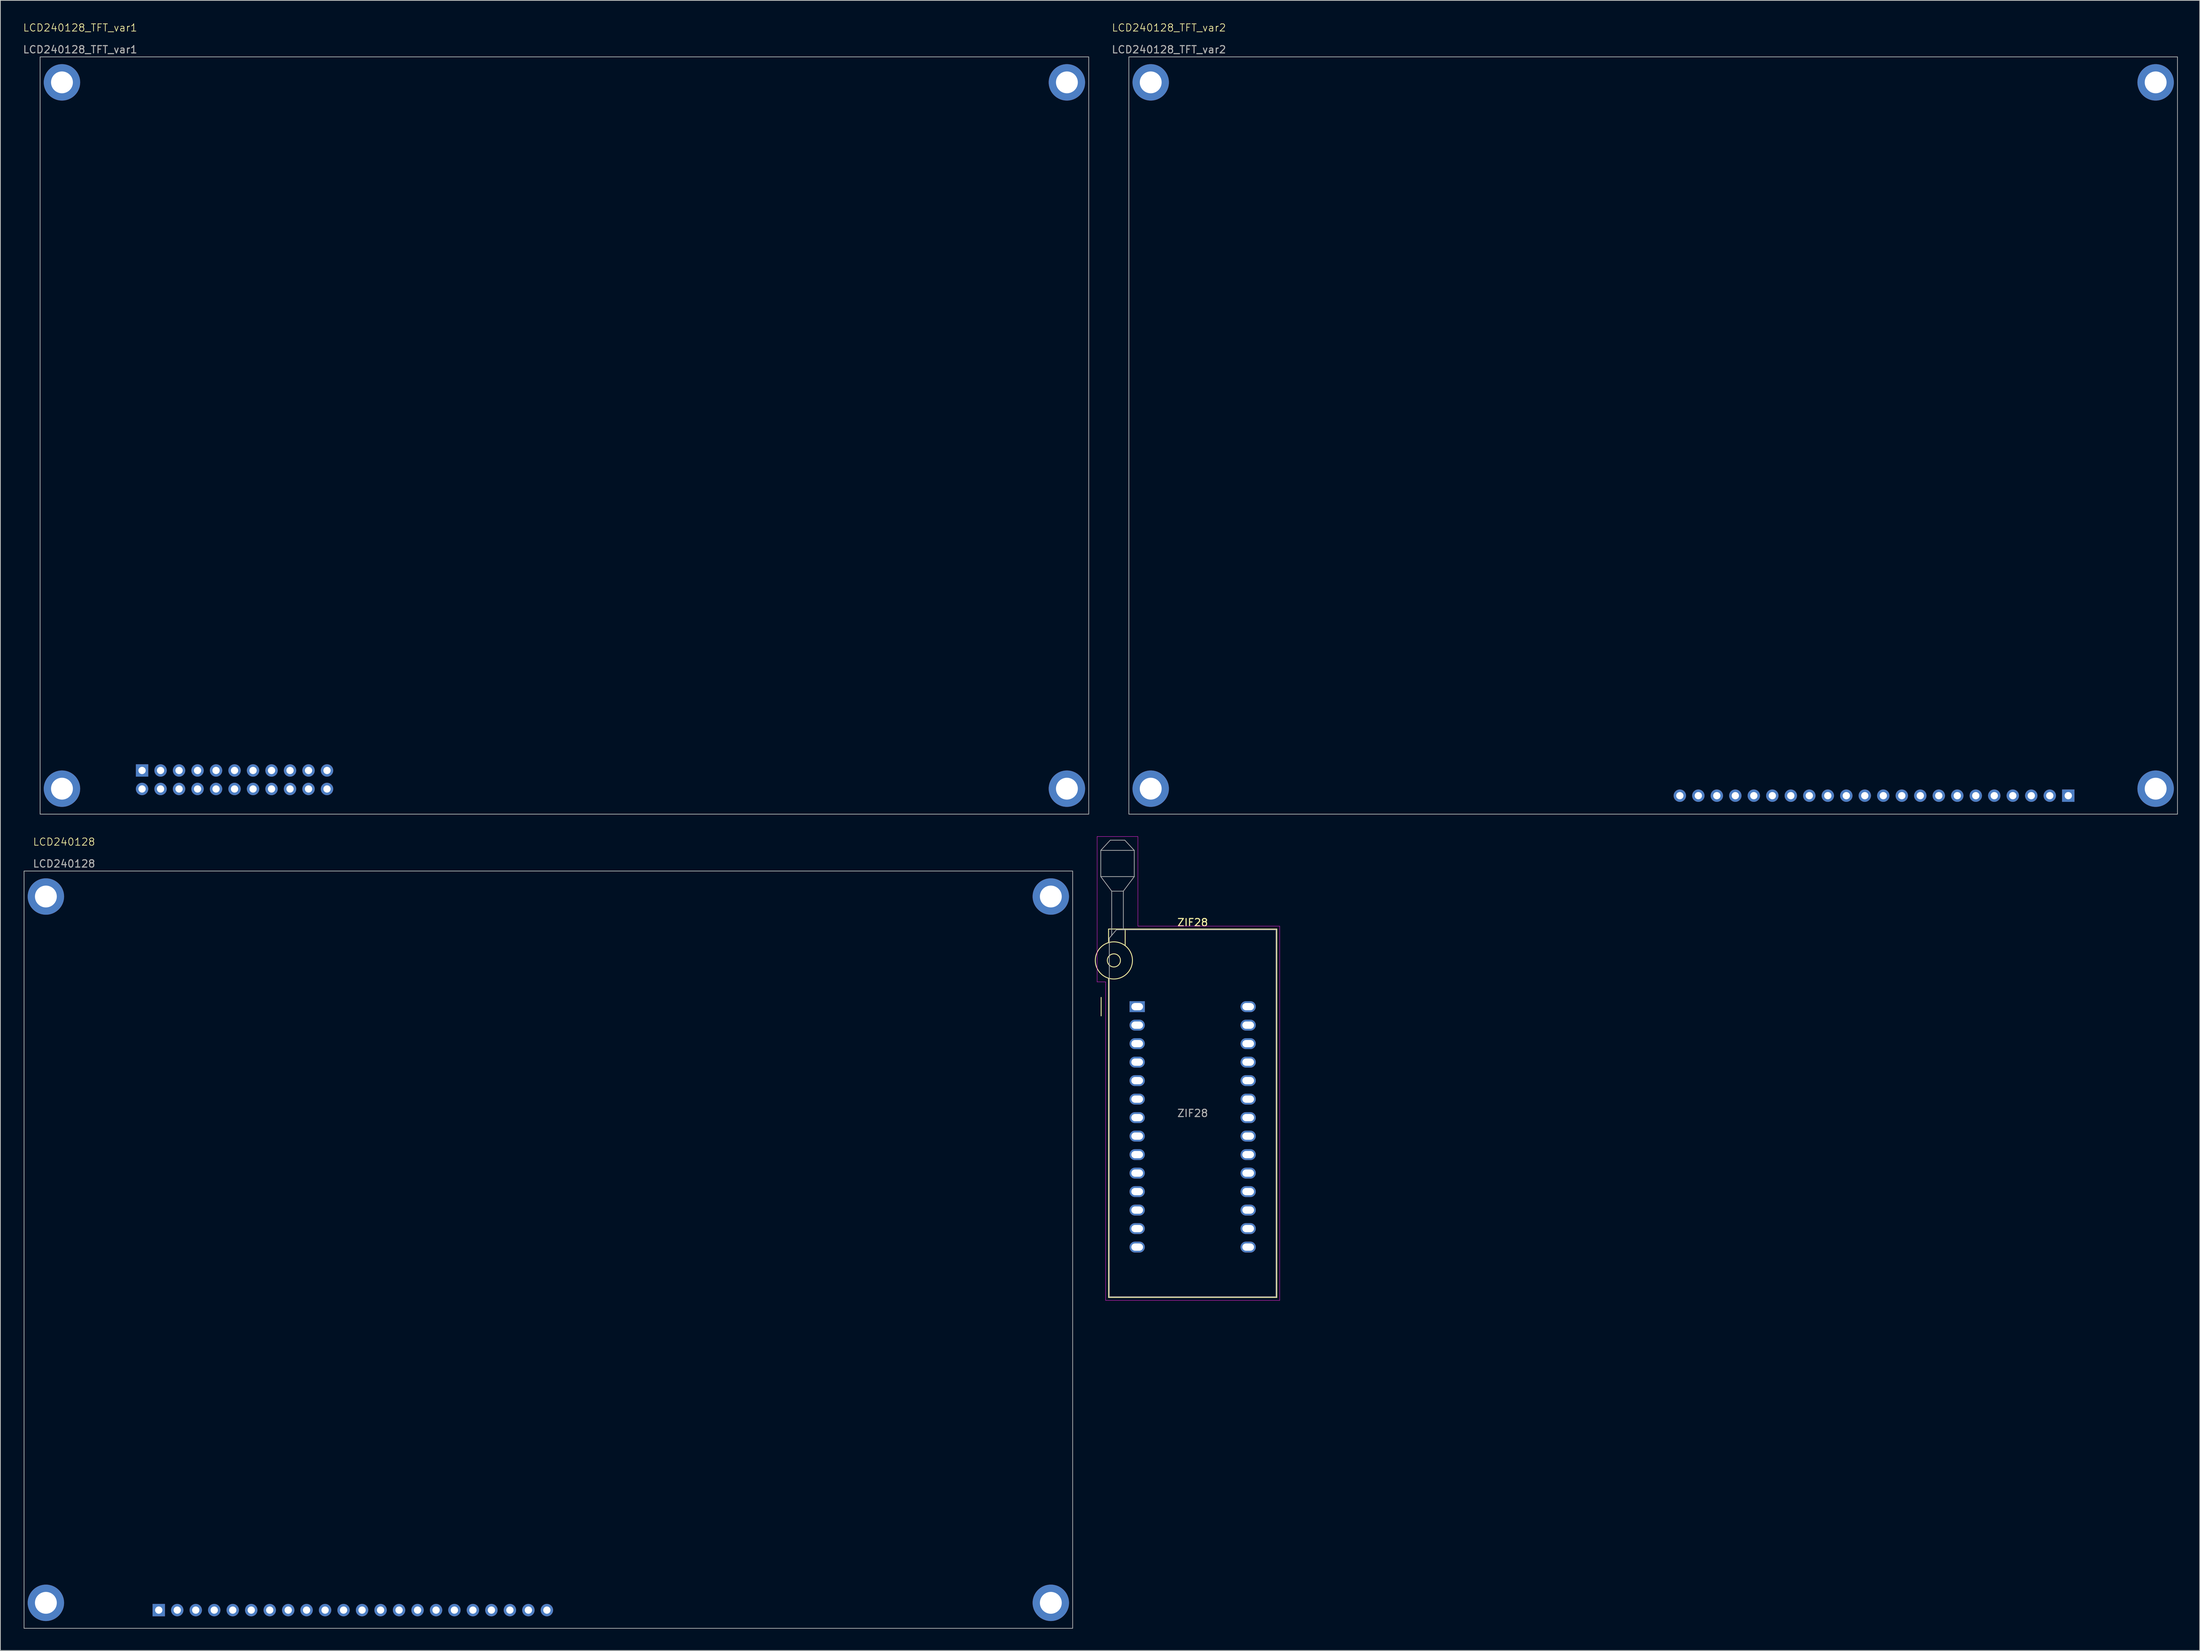
<source format=kicad_pcb>
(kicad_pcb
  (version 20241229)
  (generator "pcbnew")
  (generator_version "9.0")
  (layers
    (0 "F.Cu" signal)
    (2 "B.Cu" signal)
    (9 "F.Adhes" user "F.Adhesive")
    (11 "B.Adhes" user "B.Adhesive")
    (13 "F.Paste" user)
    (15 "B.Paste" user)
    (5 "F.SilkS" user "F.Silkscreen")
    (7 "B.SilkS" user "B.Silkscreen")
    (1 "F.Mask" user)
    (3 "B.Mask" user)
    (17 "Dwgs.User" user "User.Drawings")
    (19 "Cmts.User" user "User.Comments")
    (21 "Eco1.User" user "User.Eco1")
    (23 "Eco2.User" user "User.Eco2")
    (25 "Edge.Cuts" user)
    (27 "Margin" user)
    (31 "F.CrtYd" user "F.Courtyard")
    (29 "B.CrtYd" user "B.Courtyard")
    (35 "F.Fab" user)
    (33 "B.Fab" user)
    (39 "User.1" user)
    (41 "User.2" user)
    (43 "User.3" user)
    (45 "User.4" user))
  (footprint "LCD240128_TFT_var2"
    (layer "F.Cu")
    (at 151.967 4.761)
    (property "Reference" "LCD240128_TFT_var2" (at 5.5 -4 0) (unlocked yes) (layer "F.SilkS") (effects (font (size 1 1) (thickness 0.1))))
    (attr through_hole)
    (fp_rect (start 0 0) (end 144 104) (stroke (width 0.1) (type default)) (fill no) (layer "F.Fab"))
    (fp_text user "${REFERENCE}" (at 5.5 -1 0) (unlocked yes) (layer "F.Fab") (effects (font (size 1 1) (thickness 0.15))))
    (pad "" thru_hole circle (at 3 3.5) (size 5 5) (drill 3) (layers "*.Cu" "*.Mask"))
    (pad "" thru_hole circle (at 3 100.5) (size 5 5) (drill 3) (layers "*.Cu" "*.Mask"))
    (pad "" thru_hole circle (at 141 3.5) (size 5 5) (drill 3) (layers "*.Cu" "*.Mask"))
    (pad "" thru_hole circle (at 141 100.5) (size 5 5) (drill 3) (layers "*.Cu" "*.Mask"))
    (pad "1" thru_hole rect (at 129 101.46) (size 1.7 1.7) (drill 1) (layers "*.Cu" "*.Mask"))
    (pad "2" thru_hole circle (at 126.46 101.46) (size 1.7 1.7) (drill 1) (layers "*.Cu" "*.Mask"))
    (pad "3" thru_hole circle (at 123.92 101.46) (size 1.7 1.7) (drill 1) (layers "*.Cu" "*.Mask"))
    (pad "4" thru_hole circle (at 121.38 101.46) (size 1.7 1.7) (drill 1) (layers "*.Cu" "*.Mask"))
    (pad "5" thru_hole circle (at 118.84 101.46) (size 1.7 1.7) (drill 1) (layers "*.Cu" "*.Mask"))
    (pad "6" thru_hole circle (at 116.3 101.46) (size 1.7 1.7) (drill 1) (layers "*.Cu" "*.Mask"))
    (pad "7" thru_hole circle (at 113.76 101.46) (size 1.7 1.7) (drill 1) (layers "*.Cu" "*.Mask"))
    (pad "8" thru_hole circle (at 111.22 101.46) (size 1.7 1.7) (drill 1) (layers "*.Cu" "*.Mask"))
    (pad "9" thru_hole circle (at 108.68 101.46) (size 1.7 1.7) (drill 1) (layers "*.Cu" "*.Mask"))
    (pad "10" thru_hole circle (at 106.14 101.46) (size 1.7 1.7) (drill 1) (layers "*.Cu" "*.Mask"))
    (pad "11" thru_hole circle (at 103.6 101.46) (size 1.7 1.7) (drill 1) (layers "*.Cu" "*.Mask"))
    (pad "12" thru_hole circle (at 101.06 101.46) (size 1.7 1.7) (drill 1) (layers "*.Cu" "*.Mask"))
    (pad "13" thru_hole circle (at 98.52 101.46) (size 1.7 1.7) (drill 1) (layers "*.Cu" "*.Mask"))
    (pad "14" thru_hole circle (at 95.98 101.46) (size 1.7 1.7) (drill 1) (layers "*.Cu" "*.Mask"))
    (pad "15" thru_hole circle (at 93.44 101.46) (size 1.7 1.7) (drill 1) (layers "*.Cu" "*.Mask"))
    (pad "16" thru_hole circle (at 90.9 101.46) (size 1.7 1.7) (drill 1) (layers "*.Cu" "*.Mask"))
    (pad "17" thru_hole circle (at 88.36 101.46) (size 1.7 1.7) (drill 1) (layers "*.Cu" "*.Mask"))
    (pad "18" thru_hole circle (at 85.82 101.46) (size 1.7 1.7) (drill 1) (layers "*.Cu" "*.Mask"))
    (pad "19" thru_hole circle (at 83.28 101.46) (size 1.7 1.7) (drill 1) (layers "*.Cu" "*.Mask"))
    (pad "20" thru_hole circle (at 80.74 101.46) (size 1.7 1.7) (drill 1) (layers "*.Cu" "*.Mask"))
    (pad "21" thru_hole circle (at 78.2 101.46) (size 1.7 1.7) (drill 1) (layers "*.Cu" "*.Mask"))
    (pad "22" thru_hole circle (at 75.66 101.46) (size 1.7 1.7) (drill 1) (layers "*.Cu" "*.Mask")))
  (footprint "LCD240128_TFT_var1"
    (layer "F.Cu")
    (at 2.458 4.761)
    (property "Reference" "LCD240128_TFT_var1" (at 5.5 -4 0) (unlocked yes) (layer "F.SilkS") (effects (font (size 1 1) (thickness 0.1))))
    (attr through_hole)
    (fp_rect (start 0 0) (end 144 104) (stroke (width 0.1) (type default)) (fill no) (layer "F.Fab"))
    (fp_text user "${REFERENCE}" (at 5.5 -1 0) (unlocked yes) (layer "F.Fab") (effects (font (size 1 1) (thickness 0.15))))
    (pad "" thru_hole circle (at 3 3.5) (size 5 5) (drill 3) (layers "*.Cu" "*.Mask"))
    (pad "" thru_hole circle (at 3 100.5) (size 5 5) (drill 3) (layers "*.Cu" "*.Mask"))
    (pad "" thru_hole circle (at 141 3.5) (size 5 5) (drill 3) (layers "*.Cu" "*.Mask"))
    (pad "" thru_hole circle (at 141 100.5) (size 5 5) (drill 3) (layers "*.Cu" "*.Mask"))
    (pad "1" thru_hole rect (at 14 98) (size 1.7 1.7) (drill 1) (layers "*.Cu" "*.Mask"))
    (pad "2" thru_hole circle (at 14 100.54) (size 1.7 1.7) (drill 1) (layers "*.Cu" "*.Mask"))
    (pad "3" thru_hole circle (at 16.54 98) (size 1.7 1.7) (drill 1) (layers "*.Cu" "*.Mask"))
    (pad "4" thru_hole circle (at 16.54 100.54) (size 1.7 1.7) (drill 1) (layers "*.Cu" "*.Mask"))
    (pad "5" thru_hole circle (at 19.08 98) (size 1.7 1.7) (drill 1) (layers "*.Cu" "*.Mask"))
    (pad "6" thru_hole circle (at 19.08 100.54) (size 1.7 1.7) (drill 1) (layers "*.Cu" "*.Mask"))
    (pad "7" thru_hole circle (at 21.62 98) (size 1.7 1.7) (drill 1) (layers "*.Cu" "*.Mask"))
    (pad "8" thru_hole circle (at 21.62 100.54) (size 1.7 1.7) (drill 1) (layers "*.Cu" "*.Mask"))
    (pad "9" thru_hole circle (at 24.16 98) (size 1.7 1.7) (drill 1) (layers "*.Cu" "*.Mask"))
    (pad "10" thru_hole circle (at 24.16 100.54) (size 1.7 1.7) (drill 1) (layers "*.Cu" "*.Mask"))
    (pad "11" thru_hole circle (at 26.7 98) (size 1.7 1.7) (drill 1) (layers "*.Cu" "*.Mask"))
    (pad "12" thru_hole circle (at 26.7 100.54) (size 1.7 1.7) (drill 1) (layers "*.Cu" "*.Mask"))
    (pad "13" thru_hole circle (at 29.24 98) (size 1.7 1.7) (drill 1) (layers "*.Cu" "*.Mask"))
    (pad "14" thru_hole circle (at 29.24 100.54) (size 1.7 1.7) (drill 1) (layers "*.Cu" "*.Mask"))
    (pad "15" thru_hole circle (at 31.78 98) (size 1.7 1.7) (drill 1) (layers "*.Cu" "*.Mask"))
    (pad "16" thru_hole circle (at 31.78 100.54) (size 1.7 1.7) (drill 1) (layers "*.Cu" "*.Mask"))
    (pad "17" thru_hole circle (at 34.32 98) (size 1.7 1.7) (drill 1) (layers "*.Cu" "*.Mask"))
    (pad "18" thru_hole circle (at 34.32 100.54) (size 1.7 1.7) (drill 1) (layers "*.Cu" "*.Mask"))
    (pad "19" thru_hole circle (at 36.86 98) (size 1.7 1.7) (drill 1) (layers "*.Cu" "*.Mask"))
    (pad "20" thru_hole circle (at 36.86 100.54) (size 1.7 1.7) (drill 1) (layers "*.Cu" "*.Mask"))
    (pad "21" thru_hole circle (at 39.4 98) (size 1.7 1.7) (drill 1) (layers "*.Cu" "*.Mask"))
    (pad "22" thru_hole circle (at 39.4 100.54) (size 1.7 1.7) (drill 1) (layers "*.Cu" "*.Mask")))
  (footprint "LCD240128"
    (layer "F.Cu")
    (at 0.25 116.571)
    (property "Reference" "LCD240128" (at 5.5 -4 0) (unlocked yes) (layer "F.SilkS") (effects (font (size 1 1) (thickness 0.1))))
    (attr through_hole)
    (fp_rect (start 0 0) (end 144 104) (stroke (width 0.1) (type default)) (fill no) (layer "F.Fab"))
    (fp_text user "${REFERENCE}" (at 5.5 -1 0) (unlocked yes) (layer "F.Fab") (effects (font (size 1 1) (thickness 0.15))))
    (pad "" thru_hole circle (at 3 3.5) (size 5 5) (drill 3) (layers "*.Cu" "*.Mask"))
    (pad "" thru_hole circle (at 3 100.5) (size 5 5) (drill 3) (layers "*.Cu" "*.Mask"))
    (pad "" thru_hole circle (at 141 3.5) (size 5 5) (drill 3) (layers "*.Cu" "*.Mask"))
    (pad "" thru_hole circle (at 141 100.5) (size 5 5) (drill 3) (layers "*.Cu" "*.Mask"))
    (pad "1" thru_hole rect (at 18.5 101.5) (size 1.7 1.7) (drill 1) (layers "*.Cu" "*.Mask"))
    (pad "2" thru_hole circle (at 21.04 101.5) (size 1.7 1.7) (drill 1) (layers "*.Cu" "*.Mask"))
    (pad "3" thru_hole circle (at 23.58 101.5) (size 1.7 1.7) (drill 1) (layers "*.Cu" "*.Mask"))
    (pad "4" thru_hole circle (at 26.12 101.5) (size 1.7 1.7) (drill 1) (layers "*.Cu" "*.Mask"))
    (pad "5" thru_hole circle (at 28.66 101.5) (size 1.7 1.7) (drill 1) (layers "*.Cu" "*.Mask"))
    (pad "6" thru_hole circle (at 31.2 101.5) (size 1.7 1.7) (drill 1) (layers "*.Cu" "*.Mask"))
    (pad "7" thru_hole circle (at 33.74 101.5) (size 1.7 1.7) (drill 1) (layers "*.Cu" "*.Mask"))
    (pad "8" thru_hole circle (at 36.28 101.5) (size 1.7 1.7) (drill 1) (layers "*.Cu" "*.Mask"))
    (pad "9" thru_hole circle (at 38.8 101.5) (size 1.7 1.7) (drill 1) (layers "*.Cu" "*.Mask"))
    (pad "10" thru_hole circle (at 41.34 101.5) (size 1.7 1.7) (drill 1) (layers "*.Cu" "*.Mask"))
    (pad "11" thru_hole circle (at 43.88 101.5) (size 1.7 1.7) (drill 1) (layers "*.Cu" "*.Mask"))
    (pad "12" thru_hole circle (at 46.42 101.5) (size 1.7 1.7) (drill 1) (layers "*.Cu" "*.Mask"))
    (pad "13" thru_hole circle (at 48.96 101.5) (size 1.7 1.7) (drill 1) (layers "*.Cu" "*.Mask"))
    (pad "14" thru_hole circle (at 51.5 101.5) (size 1.7 1.7) (drill 1) (layers "*.Cu" "*.Mask"))
    (pad "15" thru_hole circle (at 54.04 101.5) (size 1.7 1.7) (drill 1) (layers "*.Cu" "*.Mask"))
    (pad "16" thru_hole circle (at 56.58 101.5) (size 1.7 1.7) (drill 1) (layers "*.Cu" "*.Mask"))
    (pad "17" thru_hole circle (at 59.1 101.5) (size 1.7 1.7) (drill 1) (layers "*.Cu" "*.Mask"))
    (pad "18" thru_hole circle (at 61.64 101.5) (size 1.7 1.7) (drill 1) (layers "*.Cu" "*.Mask"))
    (pad "19" thru_hole circle (at 64.18 101.5) (size 1.7 1.7) (drill 1) (layers "*.Cu" "*.Mask"))
    (pad "20" thru_hole circle (at 66.72 101.5) (size 1.7 1.7) (drill 1) (layers "*.Cu" "*.Mask"))
    (pad "21" thru_hole circle (at 69.26 101.5) (size 1.7 1.7) (drill 1) (layers "*.Cu" "*.Mask"))
    (pad "22" thru_hole circle (at 71.8 101.5) (size 1.7 1.7) (drill 1) (layers "*.Cu" "*.Mask")))
  (footprint "ZIF28"
    (layer "F.Cu")
    (at 153.11 135.196)
    (property "Reference" "ZIF28" (at 7.62 -11.56 180) (layer "F.SilkS") (effects (font (size 1 1) (thickness 0.15))))
    (attr through_hole)
    (fp_line (start -4.95 1.27) (end -4.95 -1.27) (stroke (width 0.12) (type solid)) (layer "F.SilkS"))
    (fp_line (start -3.93 -10.66) (end -3.93 -8.8) (stroke (width 0.12) (type solid)) (layer "F.SilkS"))
    (fp_line (start -3.93 -3.9) (end -3.93 39.94) (stroke (width 0.12) (type solid)) (layer "F.SilkS"))
    (fp_line (start -3.93 39.94) (end 19.17 39.94) (stroke (width 0.12) (type solid)) (layer "F.SilkS"))
    (fp_line (start -1.65 -10.66) (end -1.65 -8.4) (stroke (width 0.12) (type solid)) (layer "F.SilkS"))
    (fp_line (start 19.17 -10.66) (end -3.93 -10.66) (stroke (width 0.12) (type solid)) (layer "F.SilkS"))
    (fp_line (start 19.17 39.94) (end 19.17 -10.66) (stroke (width 0.12) (type solid)) (layer "F.SilkS"))
    (fp_circle (center -3.2 -6.35) (end -2.3 -6.35) (stroke (width 0.12) (type solid)) (fill no) (layer "F.SilkS"))
    (fp_circle (center -3.2 -6.35) (end -0.65 -6.35) (stroke (width 0.12) (type solid)) (fill no) (layer "F.SilkS"))
    (fp_line (start -5.5 -23.36) (end 0.1 -23.36) (stroke (width 0.05) (type solid)) (layer "F.CrtYd"))
    (fp_line (start -5.5 -3.4) (end -5.5 -23.36) (stroke (width 0.05) (type solid)) (layer "F.CrtYd"))
    (fp_line (start -4.33 -3.4) (end -5.5 -3.4) (stroke (width 0.05) (type solid)) (layer "F.CrtYd"))
    (fp_line (start -4.33 40.34) (end -4.33 -3.4) (stroke (width 0.05) (type solid)) (layer "F.CrtYd"))
    (fp_line (start 0.1 -23.36) (end 0.1 -11.06) (stroke (width 0.05) (type solid)) (layer "F.CrtYd"))
    (fp_line (start 0.1 -11.06) (end 19.57 -11.06) (stroke (width 0.05) (type solid)) (layer "F.CrtYd"))
    (fp_line (start 19.57 -11.06) (end 19.57 40.34) (stroke (width 0.05) (type solid)) (layer "F.CrtYd"))
    (fp_line (start 19.57 40.34) (end -4.33 40.34) (stroke (width 0.05) (type solid)) (layer "F.CrtYd"))
    (fp_line (start -5 -21.46) (end -5 -17.86) (stroke (width 0.1) (type solid)) (layer "F.Fab"))
    (fp_line (start -5 -21.46) (end -3.7 -22.86) (stroke (width 0.1) (type solid)) (layer "F.Fab"))
    (fp_line (start -5 -17.86) (end -3.5 -15.86) (stroke (width 0.1) (type solid)) (layer "F.Fab"))
    (fp_line (start -5 -17.86) (end -0.4 -17.86) (stroke (width 0.1) (type solid)) (layer "F.Fab"))
    (fp_line (start -3.83 -9.4) (end -2.85 -10.56) (stroke (width 0.1) (type solid)) (layer "F.Fab"))
    (fp_line (start -3.83 39.84) (end -3.83 -9.4) (stroke (width 0.1) (type solid)) (layer "F.Fab"))
    (fp_line (start -3.7 -22.86) (end -1.7 -22.86) (stroke (width 0.1) (type solid)) (layer "F.Fab"))
    (fp_line (start -3.5 -15.86) (end -1.9 -15.86) (stroke (width 0.1) (type solid)) (layer "F.Fab"))
    (fp_line (start -3.5 -9.75) (end -3.5 -15.86) (stroke (width 0.1) (type solid)) (layer "F.Fab"))
    (fp_line (start -2.85 -10.56) (end 19.07 -10.56) (stroke (width 0.1) (type solid)) (layer "F.Fab"))
    (fp_line (start -1.9 -15.86) (end -1.9 -10.56) (stroke (width 0.1) (type solid)) (layer "F.Fab"))
    (fp_line (start -1.7 -22.86) (end -0.4 -21.46) (stroke (width 0.1) (type solid)) (layer "F.Fab"))
    (fp_line (start -0.4 -21.46) (end -5 -21.46) (stroke (width 0.1) (type solid)) (layer "F.Fab"))
    (fp_line (start -0.4 -17.86) (end -1.9 -15.86) (stroke (width 0.1) (type solid)) (layer "F.Fab"))
    (fp_line (start -0.4 -17.86) (end -0.4 -21.46) (stroke (width 0.1) (type solid)) (layer "F.Fab"))
    (fp_line (start 19.07 -10.56) (end 19.07 39.84) (stroke (width 0.1) (type solid)) (layer "F.Fab"))
    (fp_line (start 19.07 39.84) (end -3.83 39.84) (stroke (width 0.1) (type solid)) (layer "F.Fab"))
    (fp_text user "${REFERENCE}" (at 7.62 14.64 180) (layer "F.Fab") (effects (font (size 1 1) (thickness 0.15))))
    (pad "1" thru_hole rect (at 0 0) (size 2.1 1.5) (drill oval 1.6 1) (layers "*.Cu" "*.Mask"))
    (pad "2" thru_hole oval (at 0 2.54) (size 2.1 1.5) (drill oval 1.6 1) (layers "*.Cu" "*.Mask"))
    (pad "3" thru_hole oval (at 0 5.08) (size 2.1 1.5) (drill oval 1.6 1) (layers "*.Cu" "*.Mask"))
    (pad "4" thru_hole oval (at 0 7.62) (size 2.1 1.5) (drill oval 1.6 1) (layers "*.Cu" "*.Mask"))
    (pad "5" thru_hole oval (at 0 10.16) (size 2.1 1.5) (drill oval 1.6 1) (layers "*.Cu" "*.Mask"))
    (pad "6" thru_hole oval (at 0 12.7) (size 2.1 1.5) (drill oval 1.6 1) (layers "*.Cu" "*.Mask"))
    (pad "7" thru_hole oval (at 0 15.24) (size 2.1 1.5) (drill oval 1.6 1) (layers "*.Cu" "*.Mask"))
    (pad "8" thru_hole oval (at 0 17.78) (size 2.1 1.5) (drill oval 1.6 1) (layers "*.Cu" "*.Mask"))
    (pad "9" thru_hole oval (at 0 20.32) (size 2.1 1.5) (drill oval 1.6 1) (layers "*.Cu" "*.Mask"))
    (pad "10" thru_hole oval (at 0 22.86) (size 2.1 1.5) (drill oval 1.6 1) (layers "*.Cu" "*.Mask"))
    (pad "11" thru_hole oval (at 0 25.4) (size 2.1 1.5) (drill oval 1.6 1) (layers "*.Cu" "*.Mask"))
    (pad "12" thru_hole oval (at 0 27.94) (size 2.1 1.5) (drill oval 1.6 1) (layers "*.Cu" "*.Mask"))
    (pad "13" thru_hole oval (at 0 30.48) (size 2.1 1.5) (drill oval 1.6 1) (layers "*.Cu" "*.Mask"))
    (pad "14" thru_hole oval (at 0 33.02) (size 2.1 1.5) (drill oval 1.6 1) (layers "*.Cu" "*.Mask"))
    (pad "15" thru_hole oval (at 15.24 33.02) (size 2.1 1.5) (drill oval 1.6 1) (layers "*.Cu" "*.Mask"))
    (pad "16" thru_hole oval (at 15.24 30.48) (size 2.1 1.5) (drill oval 1.6 1) (layers "*.Cu" "*.Mask"))
    (pad "17" thru_hole oval (at 15.24 27.94) (size 2.1 1.5) (drill oval 1.6 1) (layers "*.Cu" "*.Mask"))
    (pad "18" thru_hole oval (at 15.24 25.4) (size 2.1 1.5) (drill oval 1.6 1) (layers "*.Cu" "*.Mask"))
    (pad "19" thru_hole oval (at 15.24 22.86) (size 2.1 1.5) (drill oval 1.6 1) (layers "*.Cu" "*.Mask"))
    (pad "20" thru_hole oval (at 15.24 20.32) (size 2.1 1.5) (drill oval 1.6 1) (layers "*.Cu" "*.Mask"))
    (pad "21" thru_hole oval (at 15.24 17.78) (size 2.1 1.5) (drill oval 1.6 1) (layers "*.Cu" "*.Mask"))
    (pad "22" thru_hole oval (at 15.24 15.24) (size 2.1 1.5) (drill oval 1.6 1) (layers "*.Cu" "*.Mask"))
    (pad "23" thru_hole oval (at 15.24 12.7) (size 2.1 1.5) (drill oval 1.6 1) (layers "*.Cu" "*.Mask"))
    (pad "24" thru_hole oval (at 15.24 10.16) (size 2.1 1.5) (drill oval 1.6 1) (layers "*.Cu" "*.Mask"))
    (pad "25" thru_hole oval (at 15.24 7.62) (size 2.1 1.5) (drill oval 1.6 1) (layers "*.Cu" "*.Mask"))
    (pad "26" thru_hole oval (at 15.24 5.08) (size 2.1 1.5) (drill oval 1.6 1) (layers "*.Cu" "*.Mask"))
    (pad "27" thru_hole oval (at 15.24 2.54) (size 2.1 1.5) (drill oval 1.6 1) (layers "*.Cu" "*.Mask"))
    (pad "28" thru_hole oval (at 15.24 0) (size 2.1 1.5) (drill oval 1.6 1) (layers "*.Cu" "*.Mask")))
  (gr_rect
    (start -3 -3)
    (end 299.017 223.621)
    (stroke (width 0.1) (type default))
    (fill no)
    (layer "Edge.Cuts")))
</source>
